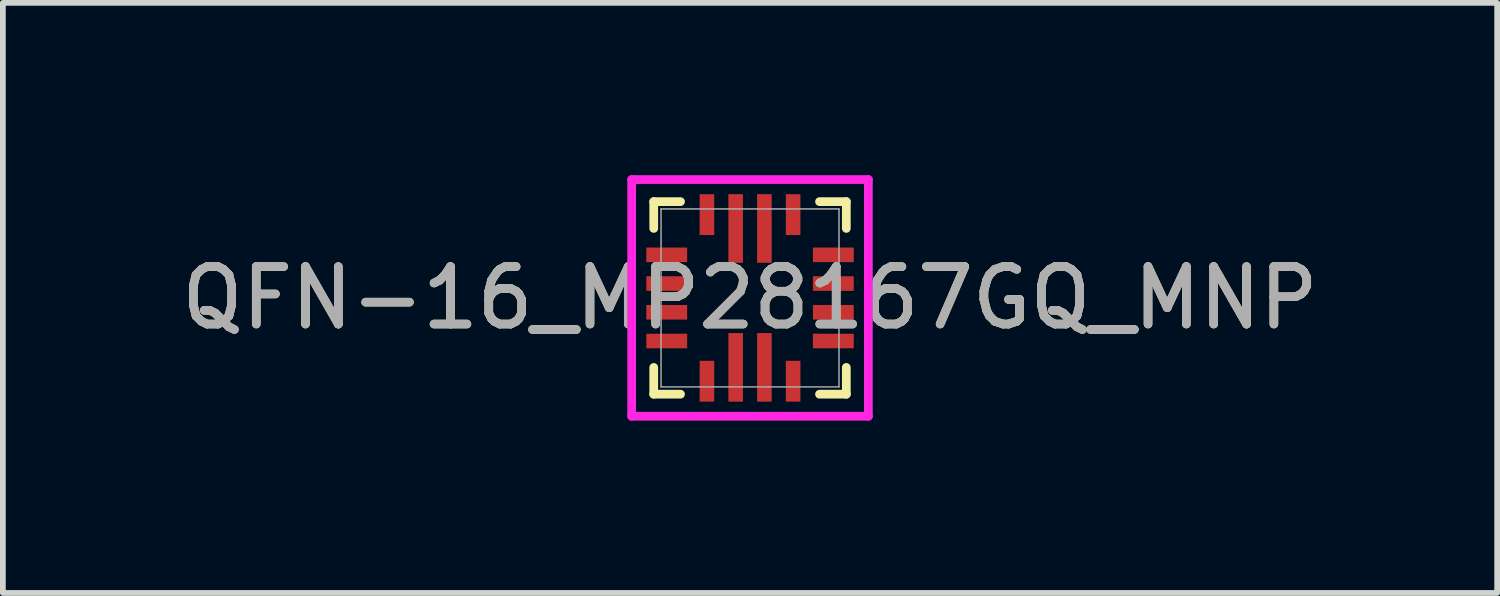
<source format=kicad_pcb>
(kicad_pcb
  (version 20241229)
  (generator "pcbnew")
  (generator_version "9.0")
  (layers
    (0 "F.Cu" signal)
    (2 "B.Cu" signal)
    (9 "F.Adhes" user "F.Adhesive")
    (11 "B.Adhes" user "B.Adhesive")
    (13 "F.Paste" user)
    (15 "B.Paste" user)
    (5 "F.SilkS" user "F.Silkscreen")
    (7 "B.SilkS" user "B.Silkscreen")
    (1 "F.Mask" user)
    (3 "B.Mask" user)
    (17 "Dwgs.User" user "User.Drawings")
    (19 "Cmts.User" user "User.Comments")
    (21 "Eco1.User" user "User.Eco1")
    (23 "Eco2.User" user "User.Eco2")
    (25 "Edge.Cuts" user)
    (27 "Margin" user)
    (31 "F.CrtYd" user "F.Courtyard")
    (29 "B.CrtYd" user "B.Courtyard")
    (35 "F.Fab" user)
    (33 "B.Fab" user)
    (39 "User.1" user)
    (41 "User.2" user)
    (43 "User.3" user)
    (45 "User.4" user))
  (footprint "QFN-16_MP28167GQ_MNP"
    (layer "F.Cu")
    (at 10.006 2.136)
    (property "Reference" "QFN-16_MP28167GQ_MNP" (at 0 0 0) (unlocked yes) (layer "F.SilkS") (effects (font (size 1 1) (thickness 0.15))))
    (attr smd)
    (fp_line (start -1.676 -1.676) (end -1.676 -1.21) (stroke (width 0.152) (type solid)) (layer "F.SilkS"))
    (fp_line (start -1.676 1.21) (end -1.676 1.676) (stroke (width 0.152) (type solid)) (layer "F.SilkS"))
    (fp_line (start -1.676 1.676) (end -1.21 1.676) (stroke (width 0.152) (type solid)) (layer "F.SilkS"))
    (fp_line (start -1.21 -1.676) (end -1.676 -1.676) (stroke (width 0.152) (type solid)) (layer "F.SilkS"))
    (fp_line (start 1.21 1.676) (end 1.676 1.676) (stroke (width 0.152) (type solid)) (layer "F.SilkS"))
    (fp_line (start 1.676 -1.676) (end 1.21 -1.676) (stroke (width 0.152) (type solid)) (layer "F.SilkS"))
    (fp_line (start 1.676 -1.21) (end 1.676 -1.676) (stroke (width 0.152) (type solid)) (layer "F.SilkS"))
    (fp_line (start 1.676 1.676) (end 1.676 1.21) (stroke (width 0.152) (type solid)) (layer "F.SilkS"))
    (fp_line (start -2.06 -2.06) (end -2.06 2.06) (stroke (width 0.152) (type solid)) (layer "F.CrtYd"))
    (fp_line (start -2.06 2.06) (end 2.06 2.06) (stroke (width 0.152) (type solid)) (layer "F.CrtYd"))
    (fp_line (start 2.06 -2.06) (end -2.06 -2.06) (stroke (width 0.152) (type solid)) (layer "F.CrtYd"))
    (fp_line (start 2.06 2.06) (end 2.06 -2.06) (stroke (width 0.152) (type solid)) (layer "F.CrtYd"))
    (fp_line (start -1.549 -1.549) (end -1.549 1.549) (stroke (width 0.025) (type solid)) (layer "F.Fab"))
    (fp_line (start -1.549 1.549) (end 1.549 1.549) (stroke (width 0.025) (type solid)) (layer "F.Fab"))
    (fp_line (start 1.549 -1.549) (end -1.549 -1.549) (stroke (width 0.025) (type solid)) (layer "F.Fab"))
    (fp_line (start 1.549 1.549) (end 1.549 -1.549) (stroke (width 0.025) (type solid)) (layer "F.Fab"))
    (fp_text user "${REFERENCE}" (at 0 0 0) (unlocked yes) (layer "F.Fab") (effects (font (size 1 1) (thickness 0.15))))
    (pad "1" smd rect (at -1.45 -0.75) (size 0.711 0.254) (layers "F.Cu" "F.Mask" "F.Paste"))
    (pad "2" smd rect (at -1.45 -0.25) (size 0.711 0.254) (layers "F.Cu" "F.Mask" "F.Paste"))
    (pad "3" smd rect (at -1.45 0.25) (size 0.711 0.254) (layers "F.Cu" "F.Mask" "F.Paste"))
    (pad "4" smd rect (at -1.45 0.75) (size 0.711 0.254) (layers "F.Cu" "F.Mask" "F.Paste"))
    (pad "5" smd rect (at -0.75 1.45) (size 0.254 0.711) (layers "F.Cu" "F.Mask" "F.Paste"))
    (pad "6" smd rect (at -0.25 1.209) (size 0.254 1.194) (layers "F.Cu" "F.Mask" "F.Paste"))
    (pad "7" smd rect (at 0.25 1.209) (size 0.254 1.194) (layers "F.Cu" "F.Mask" "F.Paste"))
    (pad "8" smd rect (at 0.75 1.45) (size 0.254 0.711) (layers "F.Cu" "F.Mask" "F.Paste"))
    (pad "9" smd rect (at 1.45 0.75) (size 0.711 0.254) (layers "F.Cu" "F.Mask" "F.Paste"))
    (pad "10" smd rect (at 1.45 0.25) (size 0.711 0.254) (layers "F.Cu" "F.Mask" "F.Paste"))
    (pad "11" smd rect (at 1.45 -0.25) (size 0.711 0.254) (layers "F.Cu" "F.Mask" "F.Paste"))
    (pad "12" smd rect (at 1.45 -0.75) (size 0.711 0.254) (layers "F.Cu" "F.Mask" "F.Paste"))
    (pad "13" smd rect (at 0.75 -1.45) (size 0.254 0.711) (layers "F.Cu" "F.Mask" "F.Paste"))
    (pad "14" smd rect (at 0.25 -1.209) (size 0.254 1.194) (layers "F.Cu" "F.Mask" "F.Paste"))
    (pad "15" smd rect (at -0.25 -1.209) (size 0.254 1.194) (layers "F.Cu" "F.Mask" "F.Paste"))
    (pad "16" smd rect (at -0.75 -1.45) (size 0.254 0.711) (layers "F.Cu" "F.Mask" "F.Paste")))
  (gr_rect
    (start -3 -3)
    (end 23.012 7.272)
    (stroke (width 0.1) (type default))
    (fill no)
    (layer "Edge.Cuts")))
</source>
